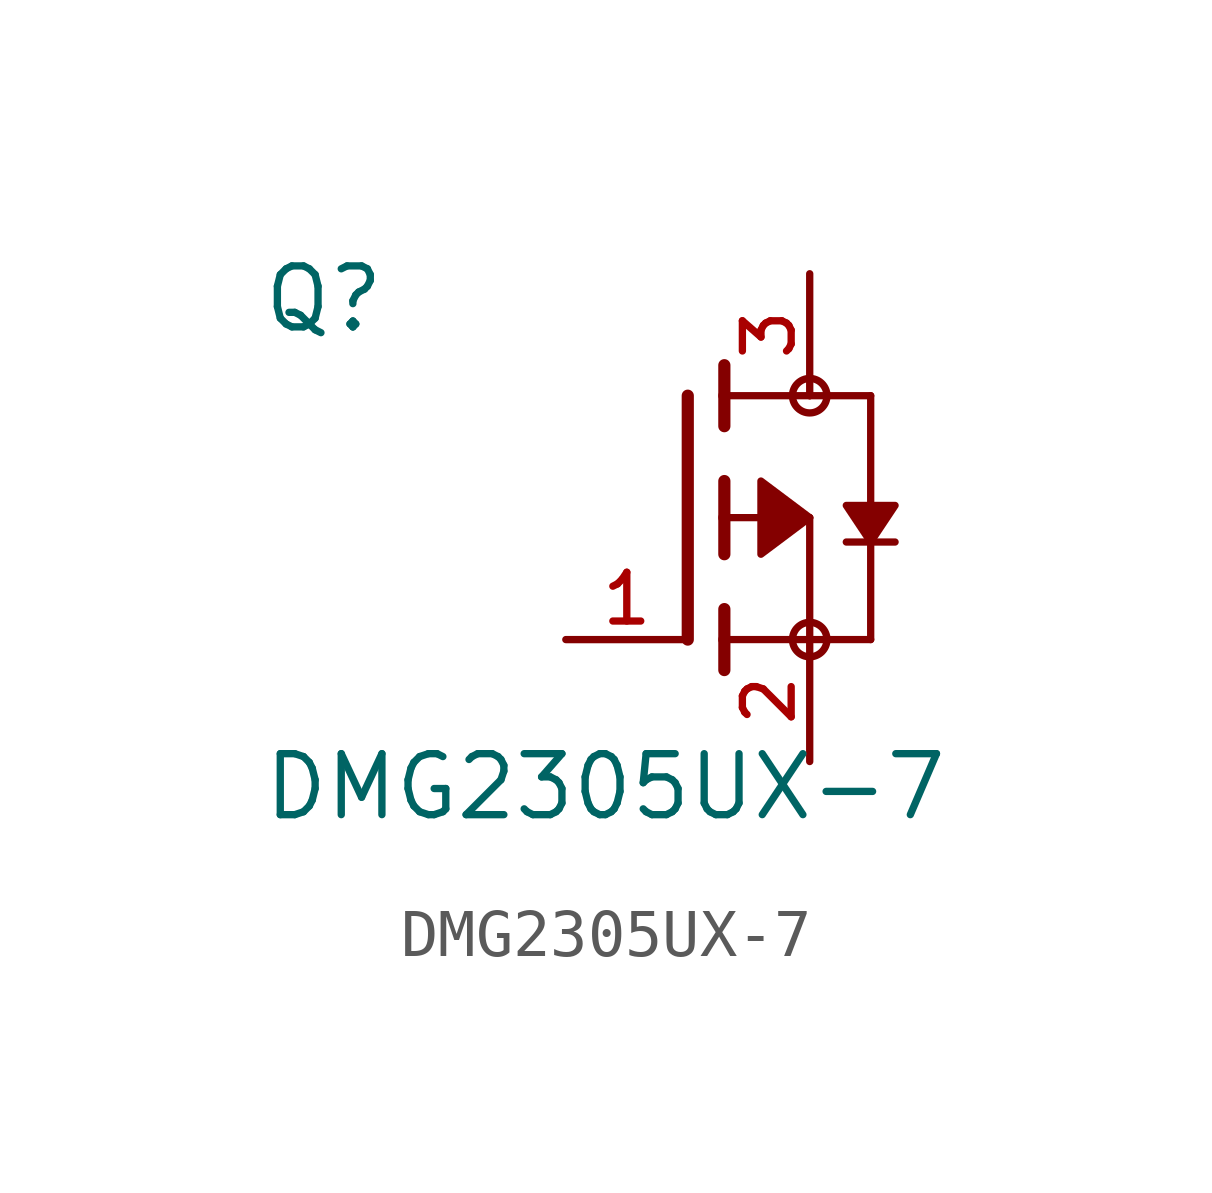
<source format=kicad_sym>
(kicad_symbol_lib
  (version 20211014)
  (generator kicad_symbol_editor)
  (symbol "DMG2305UX-7"
    (pin_names
      (offset 1.016))
    (property "Reference" "Q"
      (at -8.89 3.81 0)
      (effects (font (size 1.27 1.27)) (justify bottom left)))
    (property "Value" "DMG2305UX-7"
      (at -8.89 -6.35 0)
      (effects (font (size 1.27 1.27)) (justify bottom left)))
    (symbol "DMG2305UX-7_0_0"
      (polyline (pts (xy 0.762 -0.762) (xy 0.762 0.0)) (stroke (width 0.254)))
      (polyline (pts (xy 0.762 0.0) (xy 0.762 0.762)) (stroke (width 0.254)))
      (polyline (pts (xy 0.762 -3.175) (xy 0.762 -2.54)) (stroke (width 0.254)))
      (polyline (pts (xy 0.762 -2.54) (xy 0.762 -1.905)) (stroke (width 0.254)))
      (polyline (pts (xy 0.762 0.0) (xy 2.54 0.0)) (stroke (width 0.152)))
      (polyline (pts (xy 0.762 1.905) (xy 0.762 2.54)) (stroke (width 0.254)))
      (polyline (pts (xy 0.762 2.54) (xy 0.762 3.175)) (stroke (width 0.254)))
      (polyline (pts (xy 0.0 -2.54) (xy 0.0 2.54)) (stroke (width 0.254)))
      (polyline (pts (xy 2.54 2.54) (xy 0.762 2.54)) (stroke (width 0.152)))
      (polyline (pts (xy 0.762 -2.54) (xy 2.54 -2.54)) (stroke (width 0.152)))
      (circle (center 2.54 2.54) (radius 0.359) (stroke (width 0.0)) (fill (type none)))
      (circle (center 2.54 -2.54) (radius 0.359) (stroke (width 0.0)) (fill (type none)))
      (polyline (pts (xy 2.54 0.0) (xy 1.524 0.762) (xy 1.524 -0.762) (xy 2.54 0.0)) (stroke (width 0.152)) (fill (type outline)))
      (polyline (pts (xy 2.54 -2.54) (xy 2.54 0.0)) (stroke (width 0.152)))
      (polyline (pts (xy 3.81 2.54) (xy 3.81 -0.508)) (stroke (width 0.152)))
      (polyline (pts (xy 3.81 -0.508) (xy 3.81 -2.54)) (stroke (width 0.152)))
      (polyline (pts (xy 2.54 -2.54) (xy 3.81 -2.54)) (stroke (width 0.152)))
      (polyline (pts (xy 2.54 2.54) (xy 3.81 2.54)) (stroke (width 0.152)))
      (polyline (pts (xy 4.318 -0.508) (xy 3.81 -0.508)) (stroke (width 0.152)))
      (polyline (pts (xy 3.81 -0.508) (xy 3.302 -0.508)) (stroke (width 0.152)))
      (polyline (pts (xy 3.81 -0.508) (xy 3.302 0.254) (xy 4.318 0.254) (xy 3.81 -0.508)) (stroke (width 0.152)) (fill (type outline)))
      (pin passive line (at 2.54 5.08 270.0) (length 2.54) (name "~" (effects (font (size 1.016 1.016)))) (number "3" (effects (font (size 1.016 1.016)))))
      (pin passive line (at -2.54 -2.54 0) (length 2.54) (name "~" (effects (font (size 1.016 1.016)))) (number "1" (effects (font (size 1.016 1.016)))))
      (pin passive line (at 2.54 -5.08 90.0) (length 2.54) (name "~" (effects (font (size 1.016 1.016)))) (number "2" (effects (font (size 1.016 1.016))))))))
</source>
